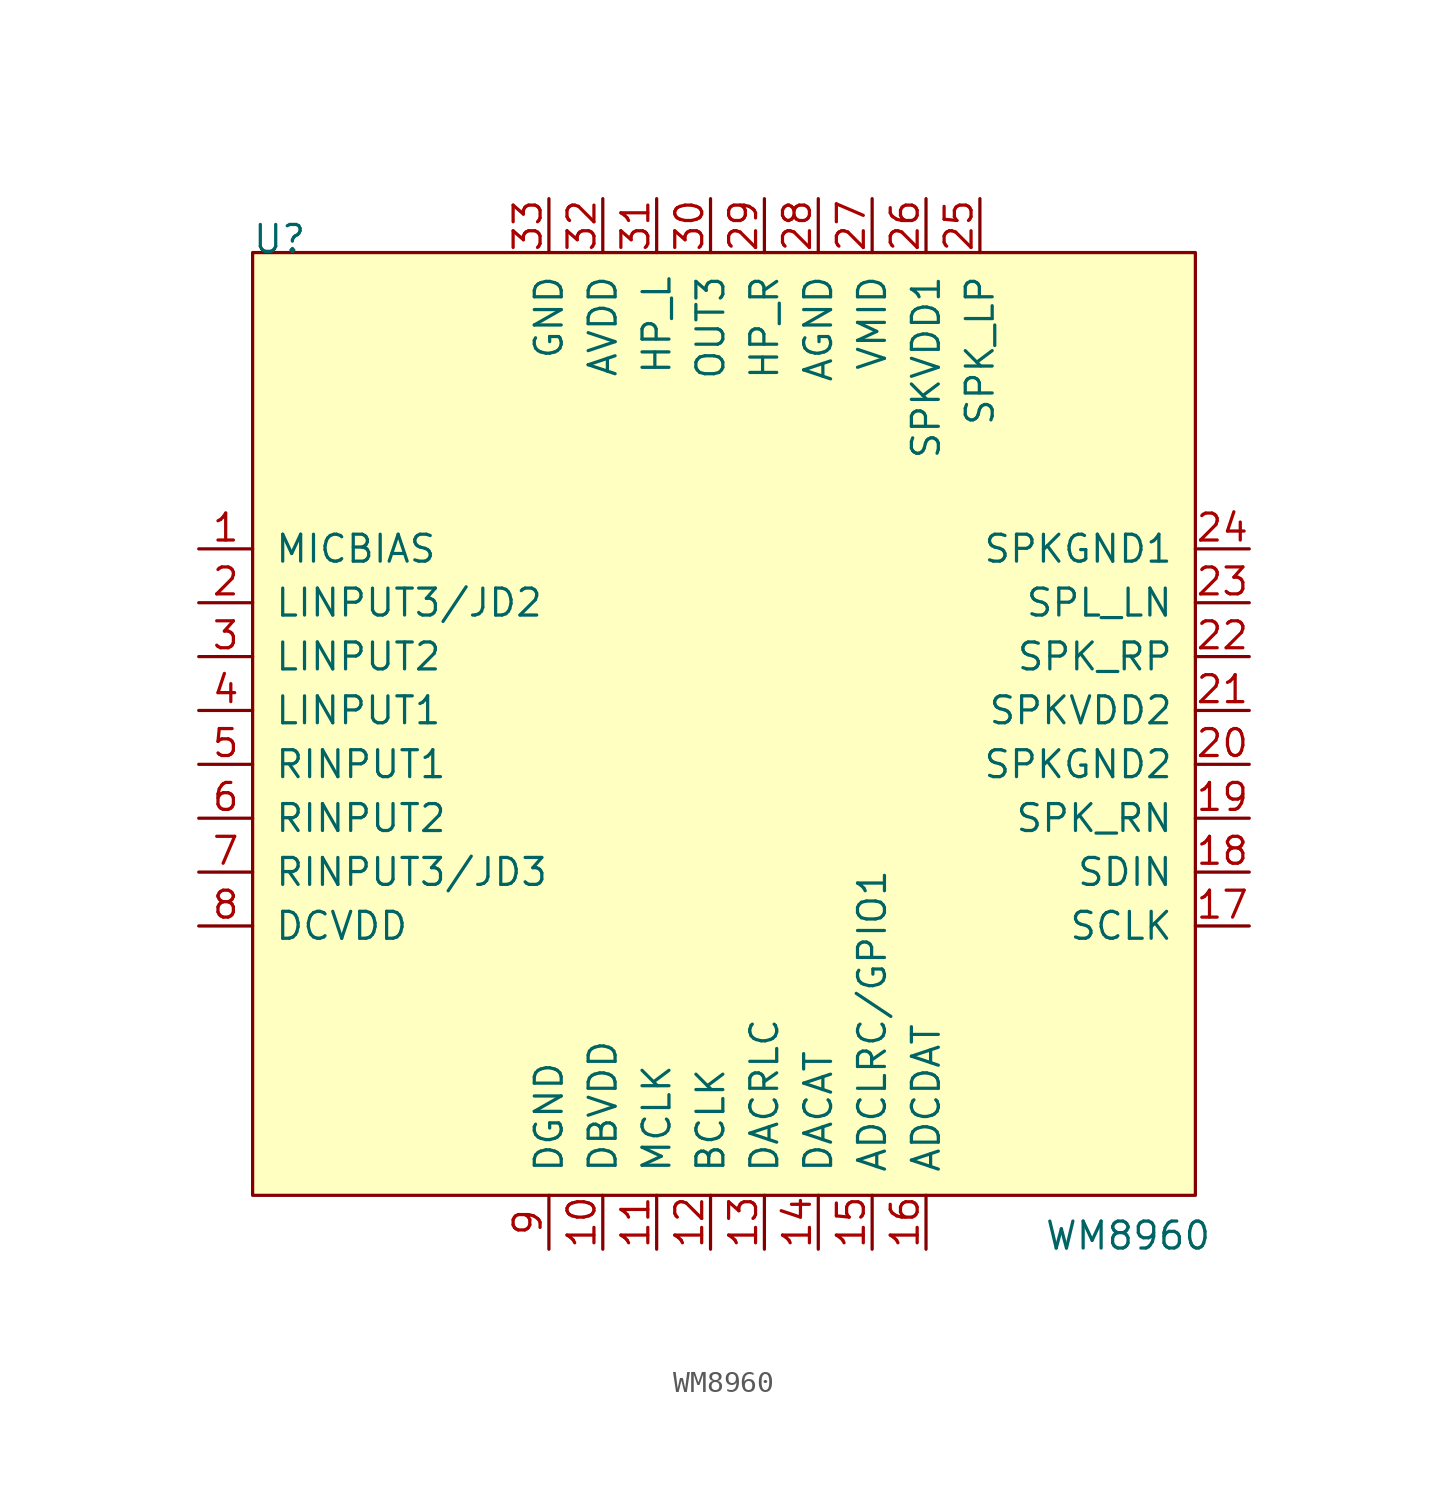
<source format=kicad_sym>
(kicad_symbol_lib
  (version 20220914)
  (generator kicad_symbol_editor)
  (symbol "WM8960"
    (pin_names
      (offset 1.016))
    (property "Reference" "U"
      (at -21.59 23.495 0)
      (effects (font (size 1.27 1.27))))
    (property "Value" "WM8960"
      (at 18.415 -23.495 0)
      (effects (font (size 1.27 1.27))))
    (symbol "WM8960_0_1"
      (rectangle (start -22.86 22.86) (end 21.59 -21.59) (stroke (width 0) (type solid)) (fill (type background))))
    (symbol "WM8960_1_1"
      (pin power_out line (at -25.4 8.89 0) (length 2.54) (name "MICBIAS" (effects (font (size 1.27 1.27)))) (number "1" (effects (font (size 1.27 1.27)))))
      (pin power_in line (at -6.35 -24.13 90) (length 2.54) (name "DBVDD" (effects (font (size 1.27 1.27)))) (number "10" (effects (font (size 1.27 1.27)))))
      (pin input line (at -3.81 -24.13 90) (length 2.54) (name "MCLK" (effects (font (size 1.27 1.27)))) (number "11" (effects (font (size 1.27 1.27)))))
      (pin input line (at -1.27 -24.13 90) (length 2.54) (name "BCLK" (effects (font (size 1.27 1.27)))) (number "12" (effects (font (size 1.27 1.27)))))
      (pin input line (at 1.27 -24.13 90) (length 2.54) (name "DACRLC" (effects (font (size 1.27 1.27)))) (number "13" (effects (font (size 1.27 1.27)))))
      (pin input line (at 3.81 -24.13 90) (length 2.54) (name "DACAT" (effects (font (size 1.27 1.27)))) (number "14" (effects (font (size 1.27 1.27)))))
      (pin input line (at 6.35 -24.13 90) (length 2.54) (name "ADCLRC/GPIO1" (effects (font (size 1.27 1.27)))) (number "15" (effects (font (size 1.27 1.27)))))
      (pin output line (at 8.89 -24.13 90) (length 2.54) (name "ADCDAT" (effects (font (size 1.27 1.27)))) (number "16" (effects (font (size 1.27 1.27)))))
      (pin input line (at 24.13 -8.89 180) (length 2.54) (name "SCLK" (effects (font (size 1.27 1.27)))) (number "17" (effects (font (size 1.27 1.27)))))
      (pin bidirectional line (at 24.13 -6.35 180) (length 2.54) (name "SDIN" (effects (font (size 1.27 1.27)))) (number "18" (effects (font (size 1.27 1.27)))))
      (pin output line (at 24.13 -3.81 180) (length 2.54) (name "SPK_RN" (effects (font (size 1.27 1.27)))) (number "19" (effects (font (size 1.27 1.27)))))
      (pin input line (at -25.4 6.35 0) (length 2.54) (name "LINPUT3/JD2" (effects (font (size 1.27 1.27)))) (number "2" (effects (font (size 1.27 1.27)))))
      (pin power_in line (at 24.13 -1.27 180) (length 2.54) (name "SPKGND2" (effects (font (size 1.27 1.27)))) (number "20" (effects (font (size 1.27 1.27)))))
      (pin power_in line (at 24.13 1.27 180) (length 2.54) (name "SPKVDD2" (effects (font (size 1.27 1.27)))) (number "21" (effects (font (size 1.27 1.27)))))
      (pin output line (at 24.13 3.81 180) (length 2.54) (name "SPK_RP" (effects (font (size 1.27 1.27)))) (number "22" (effects (font (size 1.27 1.27)))))
      (pin output line (at 24.13 6.35 180) (length 2.54) (name "SPL_LN" (effects (font (size 1.27 1.27)))) (number "23" (effects (font (size 1.27 1.27)))))
      (pin power_in line (at 24.13 8.89 180) (length 2.54) (name "SPKGND1" (effects (font (size 1.27 1.27)))) (number "24" (effects (font (size 1.27 1.27)))))
      (pin output line (at 11.43 25.4 270) (length 2.54) (name "SPK_LP" (effects (font (size 1.27 1.27)))) (number "25" (effects (font (size 1.27 1.27)))))
      (pin power_in line (at 8.89 25.4 270) (length 2.54) (name "SPKVDD1" (effects (font (size 1.27 1.27)))) (number "26" (effects (font (size 1.27 1.27)))))
      (pin power_out line (at 6.35 25.4 270) (length 2.54) (name "VMID" (effects (font (size 1.27 1.27)))) (number "27" (effects (font (size 1.27 1.27)))))
      (pin power_in line (at 3.81 25.4 270) (length 2.54) (name "AGND" (effects (font (size 1.27 1.27)))) (number "28" (effects (font (size 1.27 1.27)))))
      (pin output line (at 1.27 25.4 270) (length 2.54) (name "HP_R" (effects (font (size 1.27 1.27)))) (number "29" (effects (font (size 1.27 1.27)))))
      (pin input line (at -25.4 3.81 0) (length 2.54) (name "LINPUT2" (effects (font (size 1.27 1.27)))) (number "3" (effects (font (size 1.27 1.27)))))
      (pin output line (at -1.27 25.4 270) (length 2.54) (name "OUT3" (effects (font (size 1.27 1.27)))) (number "30" (effects (font (size 1.27 1.27)))))
      (pin output line (at -3.81 25.4 270) (length 2.54) (name "HP_L" (effects (font (size 1.27 1.27)))) (number "31" (effects (font (size 1.27 1.27)))))
      (pin power_in line (at -6.35 25.4 270) (length 2.54) (name "AVDD" (effects (font (size 1.27 1.27)))) (number "32" (effects (font (size 1.27 1.27)))))
      (pin power_in line (at -8.89 25.4 270) (length 2.54) (name "GND" (effects (font (size 1.27 1.27)))) (number "33" (effects (font (size 1.27 1.27)))))
      (pin input line (at -25.4 1.27 0) (length 2.54) (name "LINPUT1" (effects (font (size 1.27 1.27)))) (number "4" (effects (font (size 1.27 1.27)))))
      (pin input line (at -25.4 -1.27 0) (length 2.54) (name "RINPUT1" (effects (font (size 1.27 1.27)))) (number "5" (effects (font (size 1.27 1.27)))))
      (pin input line (at -25.4 -3.81 0) (length 2.54) (name "RINPUT2" (effects (font (size 1.27 1.27)))) (number "6" (effects (font (size 1.27 1.27)))))
      (pin input line (at -25.4 -6.35 0) (length 2.54) (name "RINPUT3/JD3" (effects (font (size 1.27 1.27)))) (number "7" (effects (font (size 1.27 1.27)))))
      (pin power_in line (at -25.4 -8.89 0) (length 2.54) (name "DCVDD" (effects (font (size 1.27 1.27)))) (number "8" (effects (font (size 1.27 1.27)))))
      (pin power_in line (at -8.89 -24.13 90) (length 2.54) (name "DGND" (effects (font (size 1.27 1.27)))) (number "9" (effects (font (size 1.27 1.27))))))))
</source>
